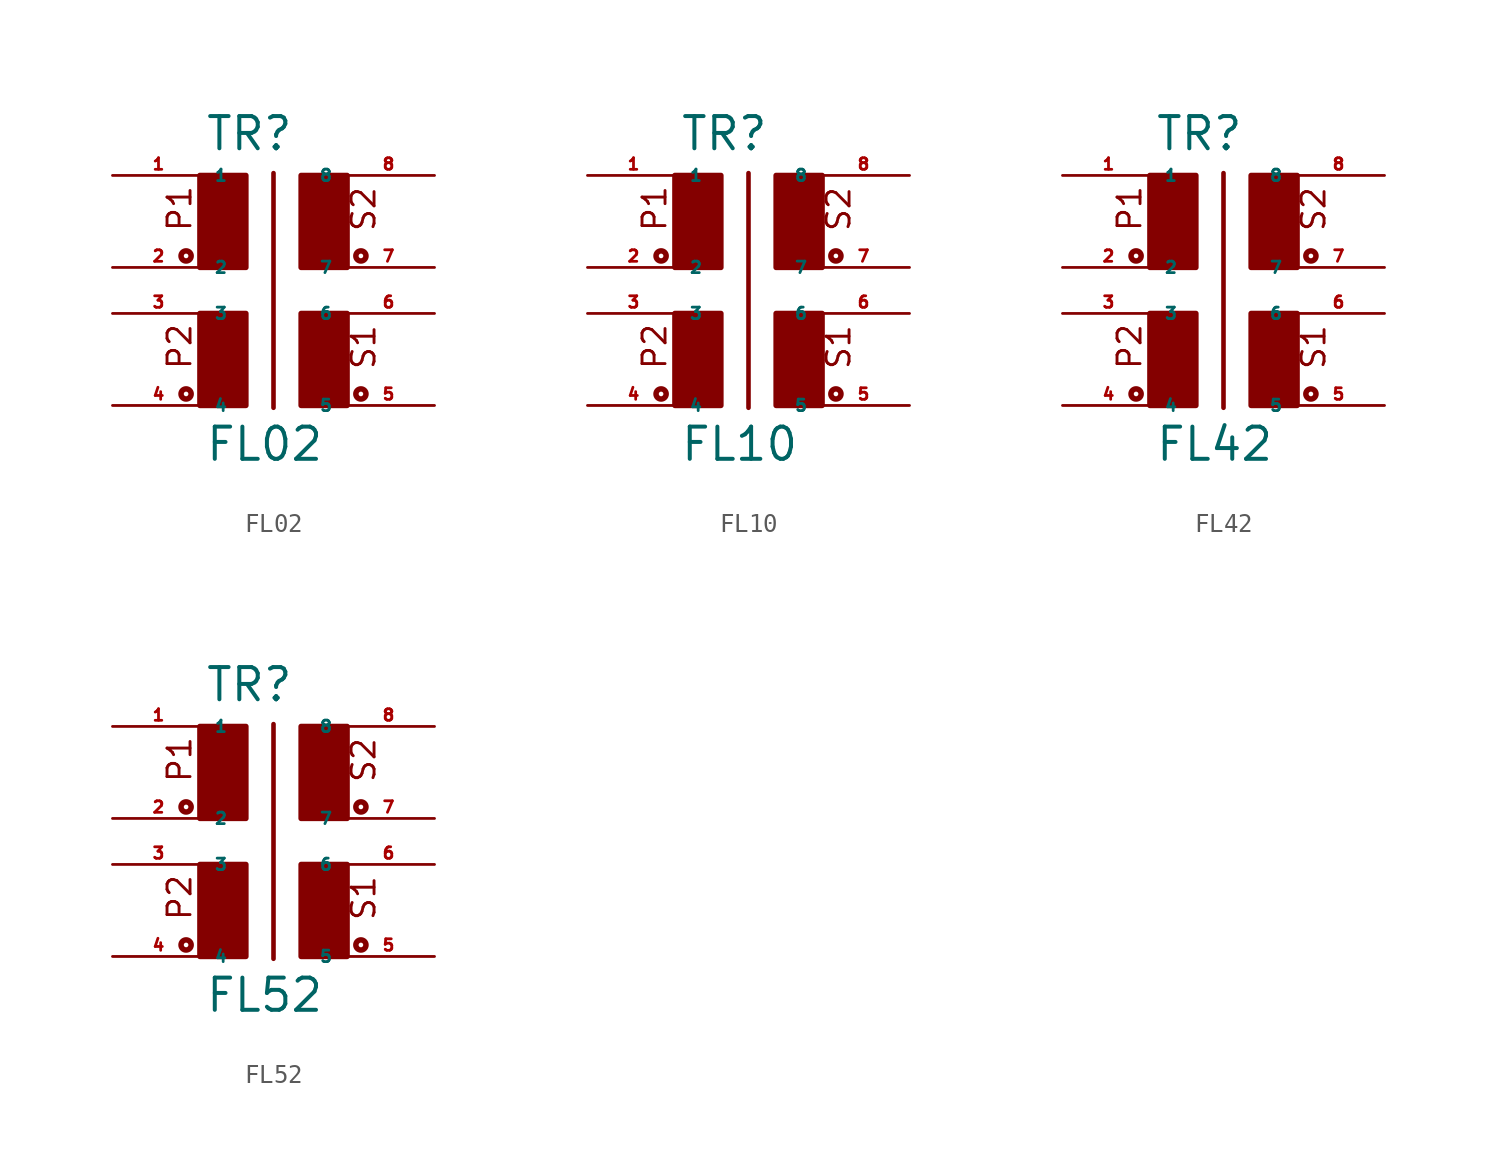
<source format=kicad_sym>
(kicad_symbol_lib
  (version 20220914)
  (generator Eagle2Kicad)
  (symbol "FL02"
    (property "Reference" "TR"
      (at -2.54 6.35 0)
      (effects (font (size 1.778 1.778) (thickness 0.22)) (justify left bottom)))
    (property "Value" "FL02"
      (at -2.54 -10.795 0)
      (effects (font (size 1.778 1.778) (thickness 0.22)) (justify left bottom)))
    (polyline
      (pts (xy 1.27 5.207) (xy 1.27 -7.747))
      (stroke (width 0.254) (type default))
      (fill (type none)))
    (text "S2"
      (at 6.985 1.905 900)
      (effects (font (size 1.27 1.27) (thickness 0.16)) (justify left bottom)))
    (text "S1"
      (at 6.985 -5.715 900)
      (effects (font (size 1.27 1.27) (thickness 0.16)) (justify left bottom)))
    (text "P2"
      (at -3.175 -5.715 900)
      (effects (font (size 1.27 1.27) (thickness 0.16)) (justify left bottom)))
    (text "P1"
      (at -3.175 1.905 900)
      (effects (font (size 1.27 1.27) (thickness 0.16)) (justify left bottom)))
    (circle
      (center -3.556 0.635)
      (radius 0.127)
      (stroke (width 0.305) (type default))
      (fill (type none)))
    (circle
      (center -3.556 -6.985)
      (radius 0.127)
      (stroke (width 0.305) (type default))
      (fill (type none)))
    (circle
      (center 6.096 0.635)
      (radius 0.127)
      (stroke (width 0.305) (type default))
      (fill (type none)))
    (circle
      (center 6.096 -6.985)
      (radius 0.127)
      (stroke (width 0.305) (type default))
      (fill (type none)))
    (rectangle
      (start -2.794 0)
      (end -0.254 5.08)
      (stroke (width 0.3) (type default))
      (fill (type outline)))
    (rectangle
      (start -2.794 -7.62)
      (end -0.254 -2.54)
      (stroke (width 0.3) (type default))
      (fill (type outline)))
    (rectangle
      (start 2.794 0)
      (end 5.334 5.08)
      (stroke (width 0.3) (type default))
      (fill (type outline)))
    (rectangle
      (start 2.794 -7.62)
      (end 5.334 -2.54)
      (stroke (width 0.3) (type default))
      (fill (type outline)))
    (pin passive line
      (at -7.62 5.08 0)
      (length 5.08)
      (name "1" (effects (font (size 0.635 0.635) (thickness 0.08)) (justify left bottom)))
      (number "1" (effects (font (size 0.635 0.635) (thickness 0.08)) (justify left bottom))))
    (pin passive line
      (at -7.62 0 0)
      (length 5.08)
      (name "2" (effects (font (size 0.635 0.635) (thickness 0.08)) (justify left bottom)))
      (number "2" (effects (font (size 0.635 0.635) (thickness 0.08)) (justify left bottom))))
    (pin passive line
      (at 10.16 -7.62 180)
      (length 5.08)
      (name "5" (effects (font (size 0.635 0.635) (thickness 0.08)) (justify left bottom)))
      (number "5" (effects (font (size 0.635 0.635) (thickness 0.08)) (justify left bottom))))
    (pin passive line
      (at 10.16 -2.54 180)
      (length 5.08)
      (name "6" (effects (font (size 0.635 0.635) (thickness 0.08)) (justify left bottom)))
      (number "6" (effects (font (size 0.635 0.635) (thickness 0.08)) (justify left bottom))))
    (pin passive line
      (at 10.16 0 180)
      (length 5.08)
      (name "7" (effects (font (size 0.635 0.635) (thickness 0.08)) (justify left bottom)))
      (number "7" (effects (font (size 0.635 0.635) (thickness 0.08)) (justify left bottom))))
    (pin passive line
      (at 10.16 5.08 180)
      (length 5.08)
      (name "8" (effects (font (size 0.635 0.635) (thickness 0.08)) (justify left bottom)))
      (number "8" (effects (font (size 0.635 0.635) (thickness 0.08)) (justify left bottom))))
    (pin passive line
      (at -7.62 -2.54 0)
      (length 5.08)
      (name "3" (effects (font (size 0.635 0.635) (thickness 0.08)) (justify left bottom)))
      (number "3" (effects (font (size 0.635 0.635) (thickness 0.08)) (justify left bottom))))
    (pin passive line
      (at -7.62 -7.62 0)
      (length 5.08)
      (name "4" (effects (font (size 0.635 0.635) (thickness 0.08)) (justify left bottom)))
      (number "4" (effects (font (size 0.635 0.635) (thickness 0.08)) (justify left bottom)))))
  (symbol "FL10"
    (property "Reference" "TR"
      (at -2.54 6.35 0)
      (effects (font (size 1.778 1.778) (thickness 0.22)) (justify left bottom)))
    (property "Value" "FL10"
      (at -2.54 -10.795 0)
      (effects (font (size 1.778 1.778) (thickness 0.22)) (justify left bottom)))
    (polyline
      (pts (xy 1.27 5.207) (xy 1.27 -7.747))
      (stroke (width 0.254) (type default))
      (fill (type none)))
    (text "S2"
      (at 6.985 1.905 900)
      (effects (font (size 1.27 1.27) (thickness 0.16)) (justify left bottom)))
    (text "S1"
      (at 6.985 -5.715 900)
      (effects (font (size 1.27 1.27) (thickness 0.16)) (justify left bottom)))
    (text "P2"
      (at -3.175 -5.715 900)
      (effects (font (size 1.27 1.27) (thickness 0.16)) (justify left bottom)))
    (text "P1"
      (at -3.175 1.905 900)
      (effects (font (size 1.27 1.27) (thickness 0.16)) (justify left bottom)))
    (circle
      (center -3.556 0.635)
      (radius 0.127)
      (stroke (width 0.305) (type default))
      (fill (type none)))
    (circle
      (center -3.556 -6.985)
      (radius 0.127)
      (stroke (width 0.305) (type default))
      (fill (type none)))
    (circle
      (center 6.096 0.635)
      (radius 0.127)
      (stroke (width 0.305) (type default))
      (fill (type none)))
    (circle
      (center 6.096 -6.985)
      (radius 0.127)
      (stroke (width 0.305) (type default))
      (fill (type none)))
    (rectangle
      (start -2.794 0)
      (end -0.254 5.08)
      (stroke (width 0.3) (type default))
      (fill (type outline)))
    (rectangle
      (start -2.794 -7.62)
      (end -0.254 -2.54)
      (stroke (width 0.3) (type default))
      (fill (type outline)))
    (rectangle
      (start 2.794 0)
      (end 5.334 5.08)
      (stroke (width 0.3) (type default))
      (fill (type outline)))
    (rectangle
      (start 2.794 -7.62)
      (end 5.334 -2.54)
      (stroke (width 0.3) (type default))
      (fill (type outline)))
    (pin passive line
      (at -7.62 5.08 0)
      (length 5.08)
      (name "1" (effects (font (size 0.635 0.635) (thickness 0.08)) (justify left bottom)))
      (number "1" (effects (font (size 0.635 0.635) (thickness 0.08)) (justify left bottom))))
    (pin passive line
      (at -7.62 0 0)
      (length 5.08)
      (name "2" (effects (font (size 0.635 0.635) (thickness 0.08)) (justify left bottom)))
      (number "2" (effects (font (size 0.635 0.635) (thickness 0.08)) (justify left bottom))))
    (pin passive line
      (at 10.16 -7.62 180)
      (length 5.08)
      (name "5" (effects (font (size 0.635 0.635) (thickness 0.08)) (justify left bottom)))
      (number "5" (effects (font (size 0.635 0.635) (thickness 0.08)) (justify left bottom))))
    (pin passive line
      (at 10.16 -2.54 180)
      (length 5.08)
      (name "6" (effects (font (size 0.635 0.635) (thickness 0.08)) (justify left bottom)))
      (number "6" (effects (font (size 0.635 0.635) (thickness 0.08)) (justify left bottom))))
    (pin passive line
      (at 10.16 0 180)
      (length 5.08)
      (name "7" (effects (font (size 0.635 0.635) (thickness 0.08)) (justify left bottom)))
      (number "7" (effects (font (size 0.635 0.635) (thickness 0.08)) (justify left bottom))))
    (pin passive line
      (at 10.16 5.08 180)
      (length 5.08)
      (name "8" (effects (font (size 0.635 0.635) (thickness 0.08)) (justify left bottom)))
      (number "8" (effects (font (size 0.635 0.635) (thickness 0.08)) (justify left bottom))))
    (pin passive line
      (at -7.62 -2.54 0)
      (length 5.08)
      (name "3" (effects (font (size 0.635 0.635) (thickness 0.08)) (justify left bottom)))
      (number "3" (effects (font (size 0.635 0.635) (thickness 0.08)) (justify left bottom))))
    (pin passive line
      (at -7.62 -7.62 0)
      (length 5.08)
      (name "4" (effects (font (size 0.635 0.635) (thickness 0.08)) (justify left bottom)))
      (number "4" (effects (font (size 0.635 0.635) (thickness 0.08)) (justify left bottom)))))
  (symbol "FL42"
    (property "Reference" "TR"
      (at -2.54 6.35 0)
      (effects (font (size 1.778 1.778) (thickness 0.22)) (justify left bottom)))
    (property "Value" "FL42"
      (at -2.54 -10.795 0)
      (effects (font (size 1.778 1.778) (thickness 0.22)) (justify left bottom)))
    (polyline
      (pts (xy 1.27 5.207) (xy 1.27 -7.747))
      (stroke (width 0.254) (type default))
      (fill (type none)))
    (text "S2"
      (at 6.985 1.905 900)
      (effects (font (size 1.27 1.27) (thickness 0.16)) (justify left bottom)))
    (text "S1"
      (at 6.985 -5.715 900)
      (effects (font (size 1.27 1.27) (thickness 0.16)) (justify left bottom)))
    (text "P2"
      (at -3.175 -5.715 900)
      (effects (font (size 1.27 1.27) (thickness 0.16)) (justify left bottom)))
    (text "P1"
      (at -3.175 1.905 900)
      (effects (font (size 1.27 1.27) (thickness 0.16)) (justify left bottom)))
    (circle
      (center -3.556 0.635)
      (radius 0.127)
      (stroke (width 0.305) (type default))
      (fill (type none)))
    (circle
      (center -3.556 -6.985)
      (radius 0.127)
      (stroke (width 0.305) (type default))
      (fill (type none)))
    (circle
      (center 6.096 0.635)
      (radius 0.127)
      (stroke (width 0.305) (type default))
      (fill (type none)))
    (circle
      (center 6.096 -6.985)
      (radius 0.127)
      (stroke (width 0.305) (type default))
      (fill (type none)))
    (rectangle
      (start -2.794 0)
      (end -0.254 5.08)
      (stroke (width 0.3) (type default))
      (fill (type outline)))
    (rectangle
      (start -2.794 -7.62)
      (end -0.254 -2.54)
      (stroke (width 0.3) (type default))
      (fill (type outline)))
    (rectangle
      (start 2.794 0)
      (end 5.334 5.08)
      (stroke (width 0.3) (type default))
      (fill (type outline)))
    (rectangle
      (start 2.794 -7.62)
      (end 5.334 -2.54)
      (stroke (width 0.3) (type default))
      (fill (type outline)))
    (pin passive line
      (at -7.62 5.08 0)
      (length 5.08)
      (name "1" (effects (font (size 0.635 0.635) (thickness 0.08)) (justify left bottom)))
      (number "1" (effects (font (size 0.635 0.635) (thickness 0.08)) (justify left bottom))))
    (pin passive line
      (at -7.62 0 0)
      (length 5.08)
      (name "2" (effects (font (size 0.635 0.635) (thickness 0.08)) (justify left bottom)))
      (number "2" (effects (font (size 0.635 0.635) (thickness 0.08)) (justify left bottom))))
    (pin passive line
      (at 10.16 -7.62 180)
      (length 5.08)
      (name "5" (effects (font (size 0.635 0.635) (thickness 0.08)) (justify left bottom)))
      (number "5" (effects (font (size 0.635 0.635) (thickness 0.08)) (justify left bottom))))
    (pin passive line
      (at 10.16 -2.54 180)
      (length 5.08)
      (name "6" (effects (font (size 0.635 0.635) (thickness 0.08)) (justify left bottom)))
      (number "6" (effects (font (size 0.635 0.635) (thickness 0.08)) (justify left bottom))))
    (pin passive line
      (at 10.16 0 180)
      (length 5.08)
      (name "7" (effects (font (size 0.635 0.635) (thickness 0.08)) (justify left bottom)))
      (number "7" (effects (font (size 0.635 0.635) (thickness 0.08)) (justify left bottom))))
    (pin passive line
      (at 10.16 5.08 180)
      (length 5.08)
      (name "8" (effects (font (size 0.635 0.635) (thickness 0.08)) (justify left bottom)))
      (number "8" (effects (font (size 0.635 0.635) (thickness 0.08)) (justify left bottom))))
    (pin passive line
      (at -7.62 -2.54 0)
      (length 5.08)
      (name "3" (effects (font (size 0.635 0.635) (thickness 0.08)) (justify left bottom)))
      (number "3" (effects (font (size 0.635 0.635) (thickness 0.08)) (justify left bottom))))
    (pin passive line
      (at -7.62 -7.62 0)
      (length 5.08)
      (name "4" (effects (font (size 0.635 0.635) (thickness 0.08)) (justify left bottom)))
      (number "4" (effects (font (size 0.635 0.635) (thickness 0.08)) (justify left bottom)))))
  (symbol "FL52"
    (property "Reference" "TR"
      (at -2.54 6.35 0)
      (effects (font (size 1.778 1.778) (thickness 0.22)) (justify left bottom)))
    (property "Value" "FL52"
      (at -2.54 -10.795 0)
      (effects (font (size 1.778 1.778) (thickness 0.22)) (justify left bottom)))
    (polyline
      (pts (xy 1.27 5.207) (xy 1.27 -7.747))
      (stroke (width 0.254) (type default))
      (fill (type none)))
    (text "S2"
      (at 6.985 1.905 900)
      (effects (font (size 1.27 1.27) (thickness 0.16)) (justify left bottom)))
    (text "S1"
      (at 6.985 -5.715 900)
      (effects (font (size 1.27 1.27) (thickness 0.16)) (justify left bottom)))
    (text "P2"
      (at -3.175 -5.715 900)
      (effects (font (size 1.27 1.27) (thickness 0.16)) (justify left bottom)))
    (text "P1"
      (at -3.175 1.905 900)
      (effects (font (size 1.27 1.27) (thickness 0.16)) (justify left bottom)))
    (circle
      (center -3.556 0.635)
      (radius 0.127)
      (stroke (width 0.305) (type default))
      (fill (type none)))
    (circle
      (center -3.556 -6.985)
      (radius 0.127)
      (stroke (width 0.305) (type default))
      (fill (type none)))
    (circle
      (center 6.096 0.635)
      (radius 0.127)
      (stroke (width 0.305) (type default))
      (fill (type none)))
    (circle
      (center 6.096 -6.985)
      (radius 0.127)
      (stroke (width 0.305) (type default))
      (fill (type none)))
    (rectangle
      (start -2.794 0)
      (end -0.254 5.08)
      (stroke (width 0.3) (type default))
      (fill (type outline)))
    (rectangle
      (start -2.794 -7.62)
      (end -0.254 -2.54)
      (stroke (width 0.3) (type default))
      (fill (type outline)))
    (rectangle
      (start 2.794 0)
      (end 5.334 5.08)
      (stroke (width 0.3) (type default))
      (fill (type outline)))
    (rectangle
      (start 2.794 -7.62)
      (end 5.334 -2.54)
      (stroke (width 0.3) (type default))
      (fill (type outline)))
    (pin passive line
      (at -7.62 5.08 0)
      (length 5.08)
      (name "1" (effects (font (size 0.635 0.635) (thickness 0.08)) (justify left bottom)))
      (number "1" (effects (font (size 0.635 0.635) (thickness 0.08)) (justify left bottom))))
    (pin passive line
      (at -7.62 0 0)
      (length 5.08)
      (name "2" (effects (font (size 0.635 0.635) (thickness 0.08)) (justify left bottom)))
      (number "2" (effects (font (size 0.635 0.635) (thickness 0.08)) (justify left bottom))))
    (pin passive line
      (at 10.16 -7.62 180)
      (length 5.08)
      (name "5" (effects (font (size 0.635 0.635) (thickness 0.08)) (justify left bottom)))
      (number "5" (effects (font (size 0.635 0.635) (thickness 0.08)) (justify left bottom))))
    (pin passive line
      (at 10.16 -2.54 180)
      (length 5.08)
      (name "6" (effects (font (size 0.635 0.635) (thickness 0.08)) (justify left bottom)))
      (number "6" (effects (font (size 0.635 0.635) (thickness 0.08)) (justify left bottom))))
    (pin passive line
      (at 10.16 0 180)
      (length 5.08)
      (name "7" (effects (font (size 0.635 0.635) (thickness 0.08)) (justify left bottom)))
      (number "7" (effects (font (size 0.635 0.635) (thickness 0.08)) (justify left bottom))))
    (pin passive line
      (at 10.16 5.08 180)
      (length 5.08)
      (name "8" (effects (font (size 0.635 0.635) (thickness 0.08)) (justify left bottom)))
      (number "8" (effects (font (size 0.635 0.635) (thickness 0.08)) (justify left bottom))))
    (pin passive line
      (at -7.62 -2.54 0)
      (length 5.08)
      (name "3" (effects (font (size 0.635 0.635) (thickness 0.08)) (justify left bottom)))
      (number "3" (effects (font (size 0.635 0.635) (thickness 0.08)) (justify left bottom))))
    (pin passive line
      (at -7.62 -7.62 0)
      (length 5.08)
      (name "4" (effects (font (size 0.635 0.635) (thickness 0.08)) (justify left bottom)))
      (number "4" (effects (font (size 0.635 0.635) (thickness 0.08)) (justify left bottom))))))
</source>
